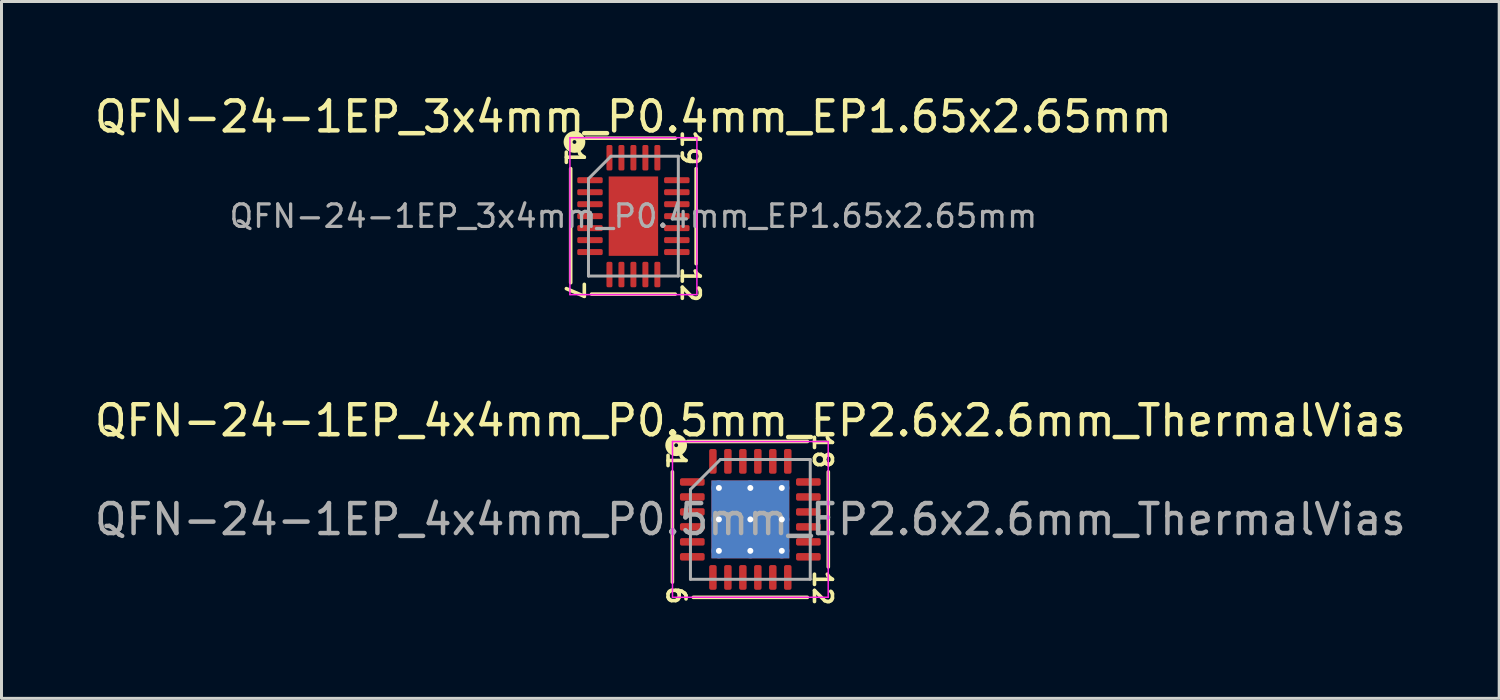
<source format=kicad_pcb>
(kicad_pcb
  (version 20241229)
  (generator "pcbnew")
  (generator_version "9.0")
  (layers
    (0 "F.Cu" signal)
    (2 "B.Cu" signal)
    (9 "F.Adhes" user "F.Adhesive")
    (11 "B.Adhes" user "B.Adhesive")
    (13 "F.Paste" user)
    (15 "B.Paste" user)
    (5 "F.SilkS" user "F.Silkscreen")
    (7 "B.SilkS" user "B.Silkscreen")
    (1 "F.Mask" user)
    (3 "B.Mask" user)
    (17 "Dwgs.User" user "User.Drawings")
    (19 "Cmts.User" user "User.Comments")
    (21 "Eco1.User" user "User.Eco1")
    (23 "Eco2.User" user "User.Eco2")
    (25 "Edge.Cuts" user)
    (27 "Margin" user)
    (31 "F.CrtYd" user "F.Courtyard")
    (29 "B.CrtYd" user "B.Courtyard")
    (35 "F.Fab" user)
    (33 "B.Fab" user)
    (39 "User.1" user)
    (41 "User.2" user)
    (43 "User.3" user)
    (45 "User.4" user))
  (footprint "QFN-24-1EP_4x4mm_P0.5mm_EP2.6x2.6mm_ThermalVias"
    (layer "F.Cu")
    (at 22.006 14.294)
    (property "Reference" "QFN-24-1EP_4x4mm_P0.5mm_EP2.6x2.6mm_ThermalVias" (at 0 -3.3 0) (layer "F.SilkS") (effects (font (size 1 1) (thickness 0.15))))
    (attr smd)
    (fp_line (start -2.603 -1.587) (end -2.603 2.095) (stroke (width 0.12) (type solid)) (layer "F.SilkS"))
    (fp_line (start -1.905 2.603) (end 1.905 2.603) (stroke (width 0.12) (type solid)) (layer "F.SilkS"))
    (fp_line (start 1.905 -2.603) (end -2.095 -2.603) (stroke (width 0.12) (type solid)) (layer "F.SilkS"))
    (fp_line (start 2.603 1.587) (end 2.603 -1.587) (stroke (width 0.12) (type solid)) (layer "F.SilkS"))
    (fp_circle (center -2.477 -2.477) (end -2.413 -2.477) (stroke (width 0.3) (type solid)) (fill no) (layer "F.SilkS"))
    (fp_line (start -2.6 -2.6) (end -2.6 2.6) (stroke (width 0.05) (type solid)) (layer "F.CrtYd"))
    (fp_line (start -2.6 2.6) (end 2.6 2.6) (stroke (width 0.05) (type solid)) (layer "F.CrtYd"))
    (fp_line (start 2.6 -2.6) (end -2.6 -2.6) (stroke (width 0.05) (type solid)) (layer "F.CrtYd"))
    (fp_line (start 2.6 2.6) (end 2.6 -2.6) (stroke (width 0.05) (type solid)) (layer "F.CrtYd"))
    (fp_line (start -2 -1) (end -1 -2) (stroke (width 0.1) (type solid)) (layer "F.Fab"))
    (fp_line (start -2 2) (end -2 -1) (stroke (width 0.1) (type solid)) (layer "F.Fab"))
    (fp_line (start -1 -2) (end 2 -2) (stroke (width 0.1) (type solid)) (layer "F.Fab"))
    (fp_line (start 2 -2) (end 2 2) (stroke (width 0.1) (type solid)) (layer "F.Fab"))
    (fp_line (start 2 2) (end -2 2) (stroke (width 0.1) (type solid)) (layer "F.Fab"))
    (fp_text user "6" (at -2.477 2.54 270) (unlocked yes) (layer "F.SilkS") (effects (font (size 0.6 0.6) (thickness 0.12))))
    (fp_text user "12" (at 2.413 2.286 270) (unlocked yes) (layer "F.SilkS") (effects (font (size 0.6 0.6) (thickness 0.12))))
    (fp_text user "1" (at -2.477 -1.968 270) (unlocked yes) (layer "F.SilkS") (effects (font (size 0.6 0.6) (thickness 0.12))))
    (fp_text user "18" (at 2.413 -2.286 270) (unlocked yes) (layer "F.SilkS") (effects (font (size 0.6 0.6) (thickness 0.12))))
    (fp_text user "${REFERENCE}" (at 0 0 0) (layer "F.Fab") (effects (font (size 1 1) (thickness 0.15))))
    (pad "" smd roundrect (at -0.65 -0.65) (size 1.13 1.13) (layers "F.Paste") (roundrect_rratio 0.221))
    (pad "" smd roundrect (at -0.65 0.65) (size 1.13 1.13) (layers "F.Paste") (roundrect_rratio 0.221))
    (pad "" smd roundrect (at 0.65 -0.65) (size 1.13 1.13) (layers "F.Paste") (roundrect_rratio 0.221))
    (pad "" smd roundrect (at 0.65 0.65) (size 1.13 1.13) (layers "F.Paste") (roundrect_rratio 0.221))
    (pad "1" smd roundrect (at -1.938 -1.25) (size 0.825 0.25) (layers "F.Cu" "F.Mask" "F.Paste") (roundrect_rratio 0.25))
    (pad "2" smd roundrect (at -1.938 -0.75) (size 0.825 0.25) (layers "F.Cu" "F.Mask" "F.Paste") (roundrect_rratio 0.25))
    (pad "3" smd roundrect (at -1.938 -0.25) (size 0.825 0.25) (layers "F.Cu" "F.Mask" "F.Paste") (roundrect_rratio 0.25))
    (pad "4" smd roundrect (at -1.938 0.25) (size 0.825 0.25) (layers "F.Cu" "F.Mask" "F.Paste") (roundrect_rratio 0.25))
    (pad "5" smd roundrect (at -1.938 0.75) (size 0.825 0.25) (layers "F.Cu" "F.Mask" "F.Paste") (roundrect_rratio 0.25))
    (pad "6" smd roundrect (at -1.938 1.25) (size 0.825 0.25) (layers "F.Cu" "F.Mask" "F.Paste") (roundrect_rratio 0.25))
    (pad "7" smd roundrect (at -1.25 1.938) (size 0.25 0.825) (layers "F.Cu" "F.Mask" "F.Paste") (roundrect_rratio 0.25))
    (pad "8" smd roundrect (at -0.75 1.938) (size 0.25 0.825) (layers "F.Cu" "F.Mask" "F.Paste") (roundrect_rratio 0.25))
    (pad "9" smd roundrect (at -0.25 1.938) (size 0.25 0.825) (layers "F.Cu" "F.Mask" "F.Paste") (roundrect_rratio 0.25))
    (pad "10" smd roundrect (at 0.25 1.938) (size 0.25 0.825) (layers "F.Cu" "F.Mask" "F.Paste") (roundrect_rratio 0.25))
    (pad "11" smd roundrect (at 0.75 1.938) (size 0.25 0.825) (layers "F.Cu" "F.Mask" "F.Paste") (roundrect_rratio 0.25))
    (pad "12" smd roundrect (at 1.25 1.938) (size 0.25 0.825) (layers "F.Cu" "F.Mask" "F.Paste") (roundrect_rratio 0.25))
    (pad "13" smd roundrect (at 1.938 1.25) (size 0.825 0.25) (layers "F.Cu" "F.Mask" "F.Paste") (roundrect_rratio 0.25))
    (pad "14" smd roundrect (at 1.938 0.75) (size 0.825 0.25) (layers "F.Cu" "F.Mask" "F.Paste") (roundrect_rratio 0.25))
    (pad "15" smd roundrect (at 1.938 0.25) (size 0.825 0.25) (layers "F.Cu" "F.Mask" "F.Paste") (roundrect_rratio 0.25))
    (pad "16" smd roundrect (at 1.938 -0.25) (size 0.825 0.25) (layers "F.Cu" "F.Mask" "F.Paste") (roundrect_rratio 0.25))
    (pad "17" smd roundrect (at 1.938 -0.75) (size 0.825 0.25) (layers "F.Cu" "F.Mask" "F.Paste") (roundrect_rratio 0.25))
    (pad "18" smd roundrect (at 1.938 -1.25) (size 0.825 0.25) (layers "F.Cu" "F.Mask" "F.Paste") (roundrect_rratio 0.25))
    (pad "19" smd roundrect (at 1.25 -1.938) (size 0.25 0.825) (layers "F.Cu" "F.Mask" "F.Paste") (roundrect_rratio 0.25))
    (pad "20" smd roundrect (at 0.75 -1.938) (size 0.25 0.825) (layers "F.Cu" "F.Mask" "F.Paste") (roundrect_rratio 0.25))
    (pad "21" smd roundrect (at 0.25 -1.938) (size 0.25 0.825) (layers "F.Cu" "F.Mask" "F.Paste") (roundrect_rratio 0.25))
    (pad "22" smd roundrect (at -0.25 -1.938) (size 0.25 0.825) (layers "F.Cu" "F.Mask" "F.Paste") (roundrect_rratio 0.25))
    (pad "23" smd roundrect (at -0.75 -1.938) (size 0.25 0.825) (layers "F.Cu" "F.Mask" "F.Paste") (roundrect_rratio 0.25))
    (pad "24" smd roundrect (at -1.25 -1.938) (size 0.25 0.825) (layers "F.Cu" "F.Mask" "F.Paste") (roundrect_rratio 0.25))
    (pad "25" thru_hole circle (at -1.05 -1.05) (size 0.5 0.5) (drill 0.2) (layers "*.Cu"))
    (pad "25" thru_hole circle (at -1.05 0) (size 0.5 0.5) (drill 0.2) (layers "*.Cu"))
    (pad "25" thru_hole circle (at -1.05 1.05) (size 0.5 0.5) (drill 0.2) (layers "*.Cu"))
    (pad "25" thru_hole circle (at 0 -1.05) (size 0.5 0.5) (drill 0.2) (layers "*.Cu"))
    (pad "25" thru_hole circle (at 0 0) (size 0.5 0.5) (drill 0.2) (layers "*.Cu"))
    (pad "25" smd rect (at 0 0) (size 2.6 2.6) (layers "F.Cu" "F.Mask"))
    (pad "25" smd rect (at 0 0) (size 2.6 2.6) (layers "B.Cu" "B.Mask"))
    (pad "25" thru_hole circle (at 0 1.05) (size 0.5 0.5) (drill 0.2) (layers "*.Cu"))
    (pad "25" thru_hole circle (at 1.05 -1.05) (size 0.5 0.5) (drill 0.2) (layers "*.Cu"))
    (pad "25" thru_hole circle (at 1.05 0) (size 0.5 0.5) (drill 0.2) (layers "*.Cu"))
    (pad "25" thru_hole circle (at 1.05 1.05) (size 0.5 0.5) (drill 0.2) (layers "*.Cu")))
  (footprint "QFN-24-1EP_3x4mm_P0.4mm_EP1.65x2.65mm"
    (layer "F.Cu")
    (at 18.101 4.168)
    (property "Reference" "QFN-24-1EP_3x4mm_P0.4mm_EP1.65x2.65mm" (at 0 -3.32 0) (layer "F.SilkS") (effects (font (size 1 1) (thickness 0.15))))
    (attr smd)
    (fp_line (start -2.095 -1.587) (end -2.095 2.223) (stroke (width 0.12) (type solid)) (layer "F.SilkS"))
    (fp_line (start -1.397 2.603) (end 1.397 2.603) (stroke (width 0.12) (type solid)) (layer "F.SilkS"))
    (fp_line (start 1.397 -2.603) (end -1.587 -2.603) (stroke (width 0.12) (type solid)) (layer "F.SilkS"))
    (fp_line (start 2.095 1.587) (end 2.095 -1.587) (stroke (width 0.12) (type solid)) (layer "F.SilkS"))
    (fp_circle (center -1.968 -2.477) (end -1.905 -2.477) (stroke (width 0.3) (type solid)) (fill no) (layer "F.SilkS"))
    (fp_line (start -2.12 -2.62) (end -2.12 2.62) (stroke (width 0.05) (type solid)) (layer "F.CrtYd"))
    (fp_line (start -2.12 2.62) (end 2.12 2.62) (stroke (width 0.05) (type solid)) (layer "F.CrtYd"))
    (fp_line (start 2.12 -2.62) (end -2.12 -2.62) (stroke (width 0.05) (type solid)) (layer "F.CrtYd"))
    (fp_line (start 2.12 2.62) (end 2.12 -2.62) (stroke (width 0.05) (type solid)) (layer "F.CrtYd"))
    (fp_line (start -1.5 -1.25) (end -0.75 -2) (stroke (width 0.1) (type solid)) (layer "F.Fab"))
    (fp_line (start -1.5 2) (end -1.5 -1.25) (stroke (width 0.1) (type solid)) (layer "F.Fab"))
    (fp_line (start -0.75 -2) (end 1.5 -2) (stroke (width 0.1) (type solid)) (layer "F.Fab"))
    (fp_line (start 1.5 -2) (end 1.5 2) (stroke (width 0.1) (type solid)) (layer "F.Fab"))
    (fp_line (start 1.5 2) (end -1.5 2) (stroke (width 0.1) (type solid)) (layer "F.Fab"))
    (fp_text user "1" (at -1.968 -1.968 270) (unlocked yes) (layer "F.SilkS") (effects (font (size 0.6 0.6) (thickness 0.12))))
    (fp_text user "12" (at 1.905 2.286 270) (unlocked yes) (layer "F.SilkS") (effects (font (size 0.6 0.6) (thickness 0.12))))
    (fp_text user "7" (at -1.968 2.477 270) (unlocked yes) (layer "F.SilkS") (effects (font (size 0.6 0.6) (thickness 0.12))))
    (fp_text user "19" (at 1.905 -2.286 270) (unlocked yes) (layer "F.SilkS") (effects (font (size 0.6 0.6) (thickness 0.12))))
    (fp_text user "${REFERENCE}" (at 0 0 0) (layer "F.Fab") (effects (font (size 0.75 0.75) (thickness 0.11))))
    (pad "" smd roundrect (at -0.41 -0.88) (size 0.67 0.71) (layers "F.Paste") (roundrect_rratio 0.25))
    (pad "" smd roundrect (at -0.41 0) (size 0.67 0.71) (layers "F.Paste") (roundrect_rratio 0.25))
    (pad "" smd roundrect (at -0.41 0.88) (size 0.67 0.71) (layers "F.Paste") (roundrect_rratio 0.25))
    (pad "" smd roundrect (at 0.41 -0.88) (size 0.67 0.71) (layers "F.Paste") (roundrect_rratio 0.25))
    (pad "" smd roundrect (at 0.41 0) (size 0.67 0.71) (layers "F.Paste") (roundrect_rratio 0.25))
    (pad "" smd roundrect (at 0.41 0.88) (size 0.67 0.71) (layers "F.Paste") (roundrect_rratio 0.25))
    (pad "1" smd roundrect (at -1.45 -1.2) (size 0.85 0.2) (layers "F.Cu" "F.Mask" "F.Paste") (roundrect_rratio 0.25))
    (pad "2" smd roundrect (at -1.45 -0.8) (size 0.85 0.2) (layers "F.Cu" "F.Mask" "F.Paste") (roundrect_rratio 0.25))
    (pad "3" smd roundrect (at -1.45 -0.4) (size 0.85 0.2) (layers "F.Cu" "F.Mask" "F.Paste") (roundrect_rratio 0.25))
    (pad "4" smd roundrect (at -1.45 0) (size 0.85 0.2) (layers "F.Cu" "F.Mask" "F.Paste") (roundrect_rratio 0.25))
    (pad "5" smd roundrect (at -1.45 0.4) (size 0.85 0.2) (layers "F.Cu" "F.Mask" "F.Paste") (roundrect_rratio 0.25))
    (pad "6" smd roundrect (at -1.45 0.8) (size 0.85 0.2) (layers "F.Cu" "F.Mask" "F.Paste") (roundrect_rratio 0.25))
    (pad "7" smd roundrect (at -1.45 1.2) (size 0.85 0.2) (layers "F.Cu" "F.Mask" "F.Paste") (roundrect_rratio 0.25))
    (pad "8" smd roundrect (at -0.8 1.95) (size 0.2 0.85) (layers "F.Cu" "F.Mask" "F.Paste") (roundrect_rratio 0.25))
    (pad "9" smd roundrect (at -0.4 1.95) (size 0.2 0.85) (layers "F.Cu" "F.Mask" "F.Paste") (roundrect_rratio 0.25))
    (pad "10" smd roundrect (at 0 1.95) (size 0.2 0.85) (layers "F.Cu" "F.Mask" "F.Paste") (roundrect_rratio 0.25))
    (pad "11" smd roundrect (at 0.4 1.95) (size 0.2 0.85) (layers "F.Cu" "F.Mask" "F.Paste") (roundrect_rratio 0.25))
    (pad "12" smd roundrect (at 0.8 1.95) (size 0.2 0.85) (layers "F.Cu" "F.Mask" "F.Paste") (roundrect_rratio 0.25))
    (pad "13" smd roundrect (at 1.45 1.2) (size 0.85 0.2) (layers "F.Cu" "F.Mask" "F.Paste") (roundrect_rratio 0.25))
    (pad "14" smd roundrect (at 1.45 0.8) (size 0.85 0.2) (layers "F.Cu" "F.Mask" "F.Paste") (roundrect_rratio 0.25))
    (pad "15" smd roundrect (at 1.45 0.4) (size 0.85 0.2) (layers "F.Cu" "F.Mask" "F.Paste") (roundrect_rratio 0.25))
    (pad "16" smd roundrect (at 1.45 0) (size 0.85 0.2) (layers "F.Cu" "F.Mask" "F.Paste") (roundrect_rratio 0.25))
    (pad "17" smd roundrect (at 1.45 -0.4) (size 0.85 0.2) (layers "F.Cu" "F.Mask" "F.Paste") (roundrect_rratio 0.25))
    (pad "18" smd roundrect (at 1.45 -0.8) (size 0.85 0.2) (layers "F.Cu" "F.Mask" "F.Paste") (roundrect_rratio 0.25))
    (pad "19" smd roundrect (at 1.45 -1.2) (size 0.85 0.2) (layers "F.Cu" "F.Mask" "F.Paste") (roundrect_rratio 0.25))
    (pad "20" smd roundrect (at 0.8 -1.95) (size 0.2 0.85) (layers "F.Cu" "F.Mask" "F.Paste") (roundrect_rratio 0.25))
    (pad "21" smd roundrect (at 0.4 -1.95) (size 0.2 0.85) (layers "F.Cu" "F.Mask" "F.Paste") (roundrect_rratio 0.25))
    (pad "22" smd roundrect (at 0 -1.95) (size 0.2 0.85) (layers "F.Cu" "F.Mask" "F.Paste") (roundrect_rratio 0.25))
    (pad "23" smd roundrect (at -0.4 -1.95) (size 0.2 0.85) (layers "F.Cu" "F.Mask" "F.Paste") (roundrect_rratio 0.25))
    (pad "24" smd roundrect (at -0.8 -1.95) (size 0.2 0.85) (layers "F.Cu" "F.Mask" "F.Paste") (roundrect_rratio 0.25))
    (pad "25" smd rect (at 0 0) (size 1.65 2.65) (layers "F.Cu" "F.Mask")))
  (gr_rect
    (start -3 -3)
    (end 47.012 20.271)
    (stroke (width 0.1) (type default))
    (fill no)
    (layer "Edge.Cuts")))
</source>
